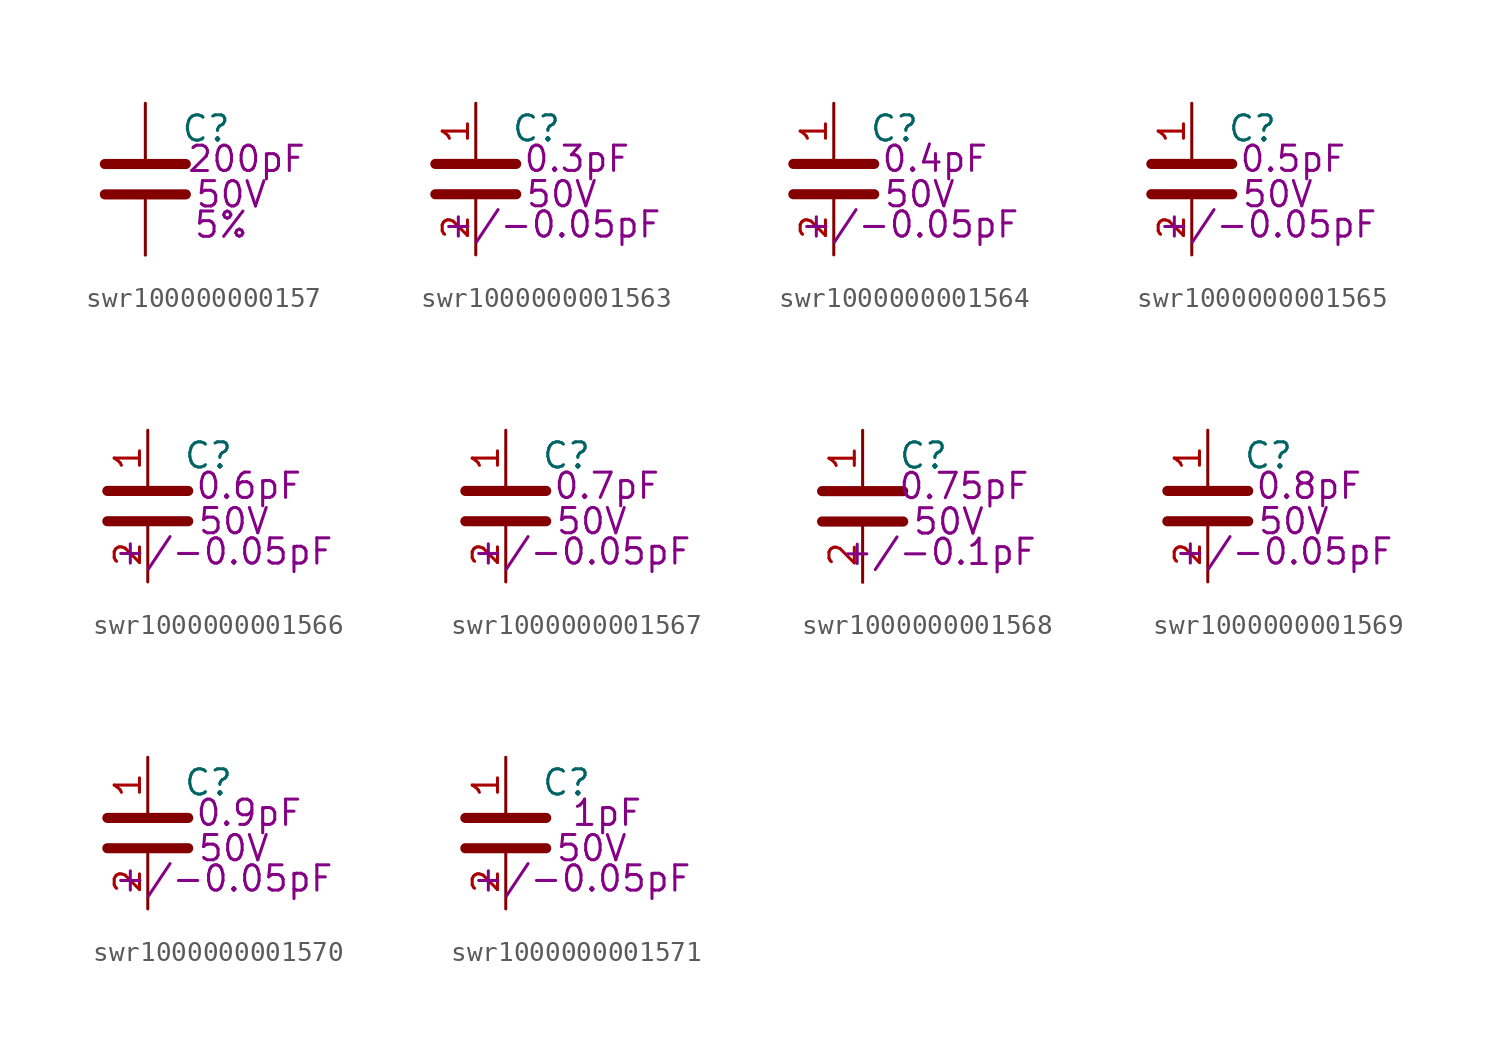
<source format=kicad_sym>
(kicad_symbol_lib
  (version 20220914)
  (generator kicad_symbol_editor)
  (symbol "swr100000000157"
    (pin_numbers hide)
    (pin_names
      (offset 1.016))
    (property "Reference" "C"
      (at 3.048 2.54 0)
      (effects (font (size 1.27 1.27))))
    (property "PartValue" "200pF"
      (at 5.08 1.016 0)
      (effects (font (size 1.27 1.27))))
    (property "Voltage" "50V"
      (at 4.318 -0.762 0)
      (effects (font (size 1.27 1.27))))
    (property "Tolerance" "5%"
      (at 3.81 -2.286 0)
      (effects (font (size 1.27 1.27))))
    (symbol "swr100000000157_1_1"
      (polyline (pts (xy -2.032 -0.762) (xy 2.032 -0.762)) (stroke (width 0.508) (type default)) (fill (type none)))
      (polyline (pts (xy -2.032 0.762) (xy 2.032 0.762)) (stroke (width 0.508) (type default)) (fill (type none)))
      (pin passive line (at 0 3.81 270) (length 2.794) (name "~" (effects (font (size 1.27 1.27)))) (number "1" (effects (font (size 1.27 1.27)))))
      (pin passive line (at 0 -3.81 90) (length 2.794) (name "~" (effects (font (size 1.27 1.27)))) (number "2" (effects (font (size 1.27 1.27)))))))
  (symbol "swr1000000001563"
    (pin_names
      (offset 1.016))
    (property "Reference" "C"
      (at 3.048 2.54 0)
      (effects (font (size 1.27 1.27))))
    (property "PartValue" "0.3pF"
      (at 5.08 1.016 0)
      (effects (font (size 1.27 1.27))))
    (property "Voltage" "50V"
      (at 4.318 -0.762 0)
      (effects (font (size 1.27 1.27))))
    (property "Tolerance" "+/-0.05pF"
      (at 3.81 -2.286 0)
      (effects (font (size 1.27 1.27))))
    (symbol "swr1000000001563_1_1"
      (polyline (pts (xy -2.032 -0.762) (xy 2.032 -0.762)) (stroke (width 0.508) (type default)) (fill (type none)))
      (polyline (pts (xy -2.032 0.762) (xy 2.032 0.762)) (stroke (width 0.508) (type default)) (fill (type none)))
      (pin passive line (at 0 3.81 270) (length 2.794) (name "~" (effects (font (size 1.27 1.27)))) (number "1" (effects (font (size 1.27 1.27)))))
      (pin passive line (at 0 -3.81 90) (length 2.794) (name "~" (effects (font (size 1.27 1.27)))) (number "2" (effects (font (size 1.27 1.27)))))))
  (symbol "swr1000000001564"
    (pin_names
      (offset 1.016))
    (property "Reference" "C"
      (at 3.048 2.54 0)
      (effects (font (size 1.27 1.27))))
    (property "PartValue" "0.4pF"
      (at 5.08 1.016 0)
      (effects (font (size 1.27 1.27))))
    (property "Voltage" "50V"
      (at 4.318 -0.762 0)
      (effects (font (size 1.27 1.27))))
    (property "Tolerance" "+/-0.05pF"
      (at 3.81 -2.286 0)
      (effects (font (size 1.27 1.27))))
    (symbol "swr1000000001564_1_1"
      (polyline (pts (xy -2.032 -0.762) (xy 2.032 -0.762)) (stroke (width 0.508) (type default)) (fill (type none)))
      (polyline (pts (xy -2.032 0.762) (xy 2.032 0.762)) (stroke (width 0.508) (type default)) (fill (type none)))
      (pin passive line (at 0 3.81 270) (length 2.794) (name "~" (effects (font (size 1.27 1.27)))) (number "1" (effects (font (size 1.27 1.27)))))
      (pin passive line (at 0 -3.81 90) (length 2.794) (name "~" (effects (font (size 1.27 1.27)))) (number "2" (effects (font (size 1.27 1.27)))))))
  (symbol "swr1000000001565"
    (pin_names
      (offset 1.016))
    (property "Reference" "C"
      (at 3.048 2.54 0)
      (effects (font (size 1.27 1.27))))
    (property "PartValue" "0.5pF"
      (at 5.08 1.016 0)
      (effects (font (size 1.27 1.27))))
    (property "Voltage" "50V"
      (at 4.318 -0.762 0)
      (effects (font (size 1.27 1.27))))
    (property "Tolerance" "+/-0.05pF"
      (at 3.81 -2.286 0)
      (effects (font (size 1.27 1.27))))
    (symbol "swr1000000001565_1_1"
      (polyline (pts (xy -2.032 -0.762) (xy 2.032 -0.762)) (stroke (width 0.508) (type default)) (fill (type none)))
      (polyline (pts (xy -2.032 0.762) (xy 2.032 0.762)) (stroke (width 0.508) (type default)) (fill (type none)))
      (pin passive line (at 0 3.81 270) (length 2.794) (name "~" (effects (font (size 1.27 1.27)))) (number "1" (effects (font (size 1.27 1.27)))))
      (pin passive line (at 0 -3.81 90) (length 2.794) (name "~" (effects (font (size 1.27 1.27)))) (number "2" (effects (font (size 1.27 1.27)))))))
  (symbol "swr1000000001566"
    (pin_names
      (offset 1.016))
    (property "Reference" "C"
      (at 3.048 2.54 0)
      (effects (font (size 1.27 1.27))))
    (property "PartValue" "0.6pF"
      (at 5.08 1.016 0)
      (effects (font (size 1.27 1.27))))
    (property "Voltage" "50V"
      (at 4.318 -0.762 0)
      (effects (font (size 1.27 1.27))))
    (property "Tolerance" "+/-0.05pF"
      (at 3.81 -2.286 0)
      (effects (font (size 1.27 1.27))))
    (symbol "swr1000000001566_1_1"
      (polyline (pts (xy -2.032 -0.762) (xy 2.032 -0.762)) (stroke (width 0.508) (type default)) (fill (type none)))
      (polyline (pts (xy -2.032 0.762) (xy 2.032 0.762)) (stroke (width 0.508) (type default)) (fill (type none)))
      (pin passive line (at 0 3.81 270) (length 2.794) (name "~" (effects (font (size 1.27 1.27)))) (number "1" (effects (font (size 1.27 1.27)))))
      (pin passive line (at 0 -3.81 90) (length 2.794) (name "~" (effects (font (size 1.27 1.27)))) (number "2" (effects (font (size 1.27 1.27)))))))
  (symbol "swr1000000001567"
    (pin_names
      (offset 1.016))
    (property "Reference" "C"
      (at 3.048 2.54 0)
      (effects (font (size 1.27 1.27))))
    (property "PartValue" "0.7pF"
      (at 5.08 1.016 0)
      (effects (font (size 1.27 1.27))))
    (property "Voltage" "50V"
      (at 4.318 -0.762 0)
      (effects (font (size 1.27 1.27))))
    (property "Tolerance" "+/-0.05pF"
      (at 3.81 -2.286 0)
      (effects (font (size 1.27 1.27))))
    (symbol "swr1000000001567_1_1"
      (polyline (pts (xy -2.032 -0.762) (xy 2.032 -0.762)) (stroke (width 0.508) (type default)) (fill (type none)))
      (polyline (pts (xy -2.032 0.762) (xy 2.032 0.762)) (stroke (width 0.508) (type default)) (fill (type none)))
      (pin passive line (at 0 3.81 270) (length 2.794) (name "~" (effects (font (size 1.27 1.27)))) (number "1" (effects (font (size 1.27 1.27)))))
      (pin passive line (at 0 -3.81 90) (length 2.794) (name "~" (effects (font (size 1.27 1.27)))) (number "2" (effects (font (size 1.27 1.27)))))))
  (symbol "swr1000000001568"
    (pin_names
      (offset 1.016))
    (property "Reference" "C"
      (at 3.048 2.54 0)
      (effects (font (size 1.27 1.27))))
    (property "PartValue" "0.75pF"
      (at 5.08 1.016 0)
      (effects (font (size 1.27 1.27))))
    (property "Voltage" "50V"
      (at 4.318 -0.762 0)
      (effects (font (size 1.27 1.27))))
    (property "Tolerance" "+/-0.1pF"
      (at 3.81 -2.286 0)
      (effects (font (size 1.27 1.27))))
    (symbol "swr1000000001568_1_1"
      (polyline (pts (xy -2.032 -0.762) (xy 2.032 -0.762)) (stroke (width 0.508) (type default)) (fill (type none)))
      (polyline (pts (xy -2.032 0.762) (xy 2.032 0.762)) (stroke (width 0.508) (type default)) (fill (type none)))
      (pin passive line (at 0 3.81 270) (length 2.794) (name "~" (effects (font (size 1.27 1.27)))) (number "1" (effects (font (size 1.27 1.27)))))
      (pin passive line (at 0 -3.81 90) (length 2.794) (name "~" (effects (font (size 1.27 1.27)))) (number "2" (effects (font (size 1.27 1.27)))))))
  (symbol "swr1000000001569"
    (pin_names
      (offset 1.016))
    (property "Reference" "C"
      (at 3.048 2.54 0)
      (effects (font (size 1.27 1.27))))
    (property "PartValue" "0.8pF"
      (at 5.08 1.016 0)
      (effects (font (size 1.27 1.27))))
    (property "Voltage" "50V"
      (at 4.318 -0.762 0)
      (effects (font (size 1.27 1.27))))
    (property "Tolerance" "+/-0.05pF"
      (at 3.81 -2.286 0)
      (effects (font (size 1.27 1.27))))
    (symbol "swr1000000001569_1_1"
      (polyline (pts (xy -2.032 -0.762) (xy 2.032 -0.762)) (stroke (width 0.508) (type default)) (fill (type none)))
      (polyline (pts (xy -2.032 0.762) (xy 2.032 0.762)) (stroke (width 0.508) (type default)) (fill (type none)))
      (pin passive line (at 0 3.81 270) (length 2.794) (name "~" (effects (font (size 1.27 1.27)))) (number "1" (effects (font (size 1.27 1.27)))))
      (pin passive line (at 0 -3.81 90) (length 2.794) (name "~" (effects (font (size 1.27 1.27)))) (number "2" (effects (font (size 1.27 1.27)))))))
  (symbol "swr1000000001570"
    (pin_names
      (offset 1.016))
    (property "Reference" "C"
      (at 3.048 2.54 0)
      (effects (font (size 1.27 1.27))))
    (property "PartValue" "0.9pF"
      (at 5.08 1.016 0)
      (effects (font (size 1.27 1.27))))
    (property "Voltage" "50V"
      (at 4.318 -0.762 0)
      (effects (font (size 1.27 1.27))))
    (property "Tolerance" "+/-0.05pF"
      (at 3.81 -2.286 0)
      (effects (font (size 1.27 1.27))))
    (symbol "swr1000000001570_1_1"
      (polyline (pts (xy -2.032 -0.762) (xy 2.032 -0.762)) (stroke (width 0.508) (type default)) (fill (type none)))
      (polyline (pts (xy -2.032 0.762) (xy 2.032 0.762)) (stroke (width 0.508) (type default)) (fill (type none)))
      (pin passive line (at 0 3.81 270) (length 2.794) (name "~" (effects (font (size 1.27 1.27)))) (number "1" (effects (font (size 1.27 1.27)))))
      (pin passive line (at 0 -3.81 90) (length 2.794) (name "~" (effects (font (size 1.27 1.27)))) (number "2" (effects (font (size 1.27 1.27)))))))
  (symbol "swr1000000001571"
    (pin_names
      (offset 1.016))
    (property "Reference" "C"
      (at 3.048 2.54 0)
      (effects (font (size 1.27 1.27))))
    (property "PartValue" "1pF"
      (at 5.08 1.016 0)
      (effects (font (size 1.27 1.27))))
    (property "Voltage" "50V"
      (at 4.318 -0.762 0)
      (effects (font (size 1.27 1.27))))
    (property "Tolerance" "+/-0.05pF"
      (at 3.81 -2.286 0)
      (effects (font (size 1.27 1.27))))
    (symbol "swr1000000001571_1_1"
      (polyline (pts (xy -2.032 -0.762) (xy 2.032 -0.762)) (stroke (width 0.508) (type default)) (fill (type none)))
      (polyline (pts (xy -2.032 0.762) (xy 2.032 0.762)) (stroke (width 0.508) (type default)) (fill (type none)))
      (pin passive line (at 0 3.81 270) (length 2.794) (name "~" (effects (font (size 1.27 1.27)))) (number "1" (effects (font (size 1.27 1.27)))))
      (pin passive line (at 0 -3.81 90) (length 2.794) (name "~" (effects (font (size 1.27 1.27)))) (number "2" (effects (font (size 1.27 1.27))))))))
</source>
